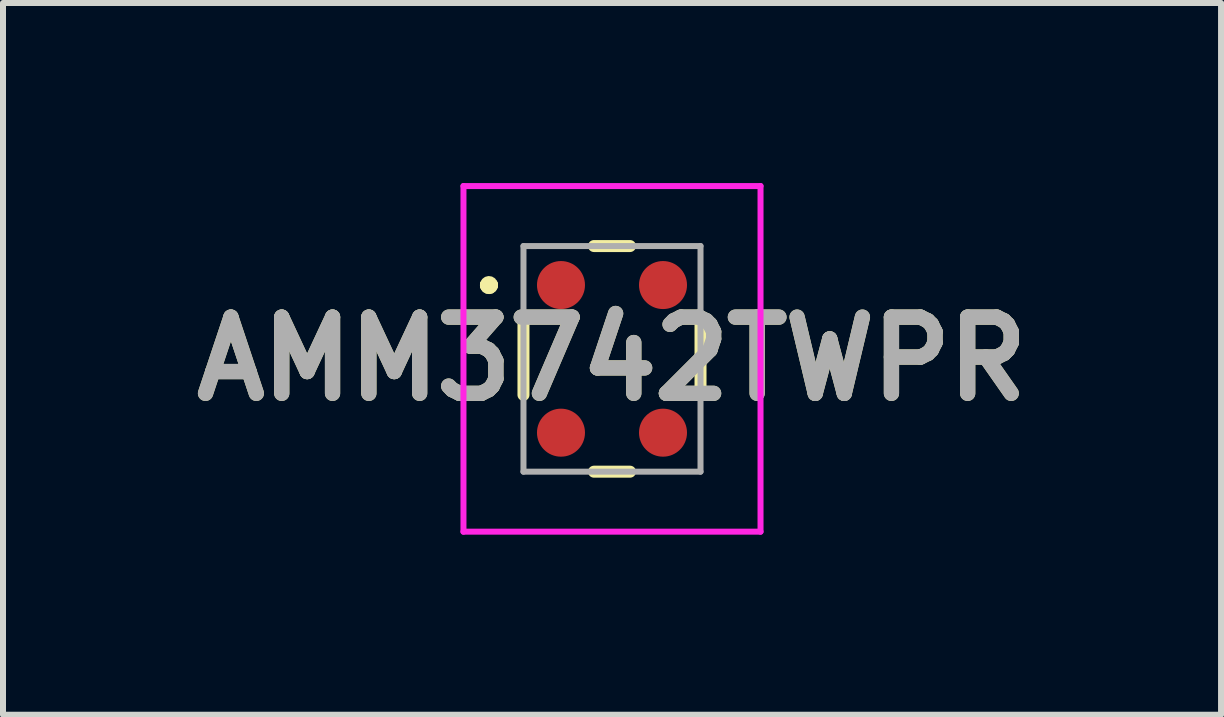
<source format=kicad_pcb>
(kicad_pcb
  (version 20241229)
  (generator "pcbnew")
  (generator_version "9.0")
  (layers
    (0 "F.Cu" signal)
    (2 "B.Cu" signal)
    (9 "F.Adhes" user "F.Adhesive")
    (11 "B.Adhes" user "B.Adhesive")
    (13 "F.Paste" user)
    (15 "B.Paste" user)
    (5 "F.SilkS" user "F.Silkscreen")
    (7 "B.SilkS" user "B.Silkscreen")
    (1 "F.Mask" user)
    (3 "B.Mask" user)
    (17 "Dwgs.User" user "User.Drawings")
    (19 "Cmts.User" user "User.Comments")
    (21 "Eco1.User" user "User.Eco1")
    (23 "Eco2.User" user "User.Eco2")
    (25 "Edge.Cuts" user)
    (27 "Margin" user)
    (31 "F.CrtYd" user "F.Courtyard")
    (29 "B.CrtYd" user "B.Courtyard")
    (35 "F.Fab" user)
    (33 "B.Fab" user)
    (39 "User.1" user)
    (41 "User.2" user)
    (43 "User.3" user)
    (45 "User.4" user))
  (footprint "AMM3742TWPR"
    (layer "F.Cu")
    (at 7.148 2.93)
    (property "Reference" "AMM3742TWPR" (at 0 0 0) (layer "F.SilkS") (effects (font (size 1.27 1.27) (thickness 0.254))))
    (attr smd)
    (fp_line (start -2.1 -1.23) (end -2.1 -1.23) (stroke (width 0.2) (type solid)) (layer "F.SilkS"))
    (fp_line (start -2.1 -1.23) (end -2.1 -1.23) (stroke (width 0.2) (type solid)) (layer "F.SilkS"))
    (fp_line (start -2 -1.23) (end -2 -1.23) (stroke (width 0.2) (type solid)) (layer "F.SilkS"))
    (fp_line (start -1.475 0.6) (end -1.475 -0.6) (stroke (width 0.2) (type solid)) (layer "F.SilkS"))
    (fp_line (start -0.3 -1.88) (end 0.3 -1.88) (stroke (width 0.2) (type solid)) (layer "F.SilkS"))
    (fp_line (start -0.3 1.88) (end 0.3 1.88) (stroke (width 0.2) (type solid)) (layer "F.SilkS"))
    (fp_line (start 1.475 0.6) (end 1.475 -0.6) (stroke (width 0.2) (type solid)) (layer "F.SilkS"))
    (fp_arc (start -2.1 -1.23) (mid -2.05 -1.28) (end -2 -1.23) (stroke (width 0.2) (type solid)) (layer "F.SilkS"))
    (fp_arc (start -2 -1.23) (mid -2.05 -1.18) (end -2.1 -1.23) (stroke (width 0.2) (type solid)) (layer "F.SilkS"))
    (fp_arc (start -2 -1.23) (mid -2.05 -1.18) (end -2.1 -1.23) (stroke (width 0.2) (type solid)) (layer "F.SilkS"))
    (fp_line (start -2.475 -2.88) (end 2.475 -2.88) (stroke (width 0.1) (type solid)) (layer "F.CrtYd"))
    (fp_line (start -2.475 2.88) (end -2.475 -2.88) (stroke (width 0.1) (type solid)) (layer "F.CrtYd"))
    (fp_line (start 2.475 -2.88) (end 2.475 2.88) (stroke (width 0.1) (type solid)) (layer "F.CrtYd"))
    (fp_line (start 2.475 2.88) (end -2.475 2.88) (stroke (width 0.1) (type solid)) (layer "F.CrtYd"))
    (fp_line (start -1.475 -1.88) (end -1.475 1.88) (stroke (width 0.1) (type solid)) (layer "F.Fab"))
    (fp_line (start -1.475 1.88) (end 1.475 1.88) (stroke (width 0.1) (type solid)) (layer "F.Fab"))
    (fp_line (start 1.475 -1.88) (end -1.475 -1.88) (stroke (width 0.1) (type solid)) (layer "F.Fab"))
    (fp_line (start 1.475 1.88) (end 1.475 -1.88) (stroke (width 0.1) (type solid)) (layer "F.Fab"))
    (fp_text user "${REFERENCE}" (at 0 0 0) (layer "F.Fab") (effects (font (size 1.27 1.27) (thickness 0.254))))
    (pad "1" smd circle (at -0.85 -1.23 90) (size 0.8 0.8) (layers "F.Cu" "F.Mask" "F.Paste"))
    (pad "2" smd circle (at -0.85 1.23 90) (size 0.8 0.8) (layers "F.Cu" "F.Mask" "F.Paste"))
    (pad "3" smd circle (at 0.85 1.23 90) (size 0.8 0.8) (layers "F.Cu" "F.Mask" "F.Paste"))
    (pad "4" smd circle (at 0.85 -1.23 90) (size 0.8 0.8) (layers "F.Cu" "F.Mask" "F.Paste")))
  (gr_rect
    (start -3 -3)
    (end 17.297 8.86)
    (stroke (width 0.1) (type default))
    (fill no)
    (layer "Edge.Cuts")))
</source>
